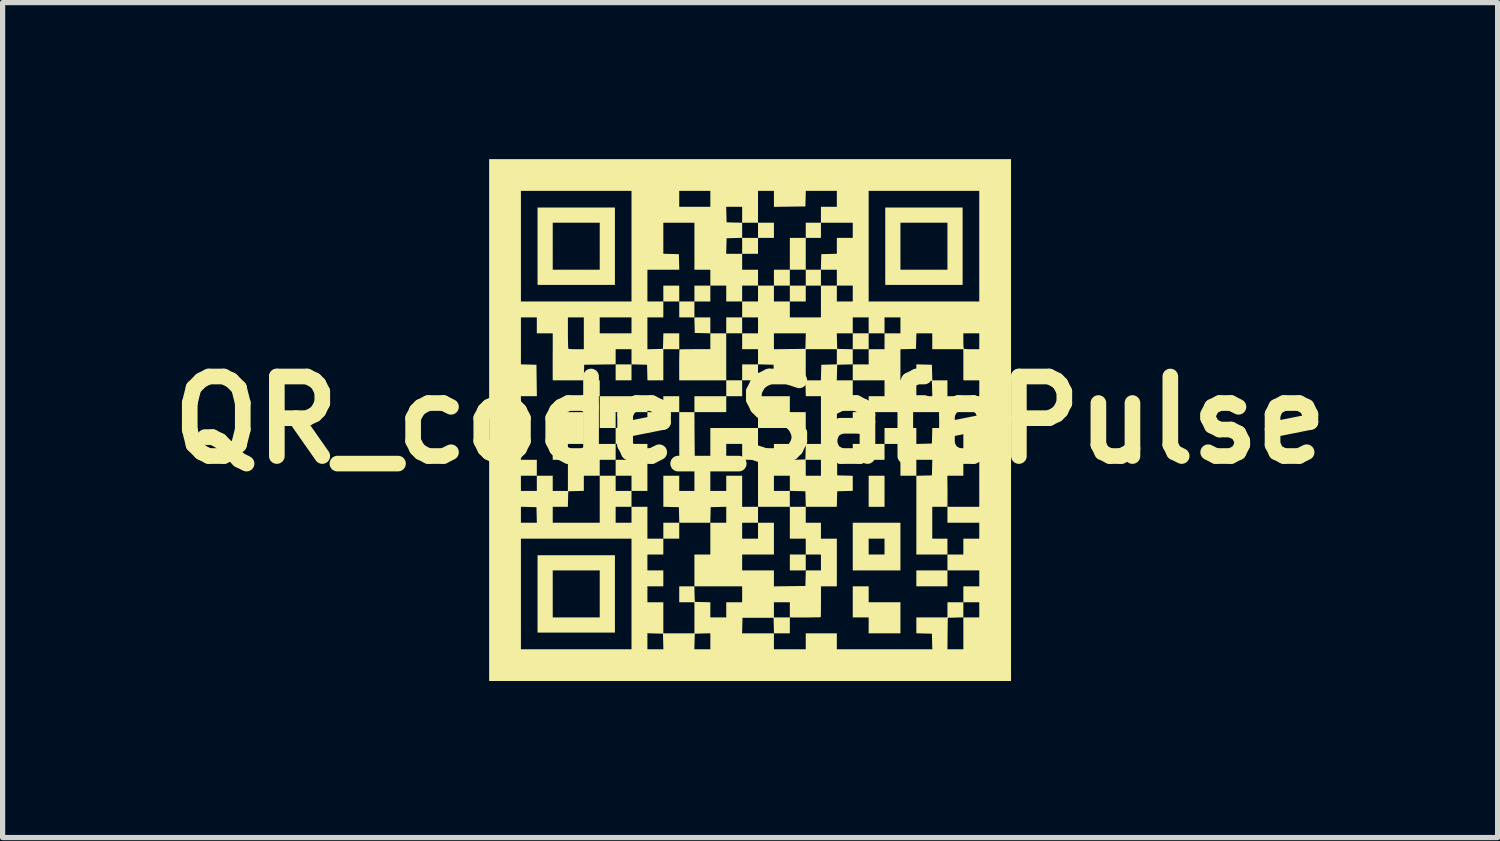
<source format=kicad_pcb>
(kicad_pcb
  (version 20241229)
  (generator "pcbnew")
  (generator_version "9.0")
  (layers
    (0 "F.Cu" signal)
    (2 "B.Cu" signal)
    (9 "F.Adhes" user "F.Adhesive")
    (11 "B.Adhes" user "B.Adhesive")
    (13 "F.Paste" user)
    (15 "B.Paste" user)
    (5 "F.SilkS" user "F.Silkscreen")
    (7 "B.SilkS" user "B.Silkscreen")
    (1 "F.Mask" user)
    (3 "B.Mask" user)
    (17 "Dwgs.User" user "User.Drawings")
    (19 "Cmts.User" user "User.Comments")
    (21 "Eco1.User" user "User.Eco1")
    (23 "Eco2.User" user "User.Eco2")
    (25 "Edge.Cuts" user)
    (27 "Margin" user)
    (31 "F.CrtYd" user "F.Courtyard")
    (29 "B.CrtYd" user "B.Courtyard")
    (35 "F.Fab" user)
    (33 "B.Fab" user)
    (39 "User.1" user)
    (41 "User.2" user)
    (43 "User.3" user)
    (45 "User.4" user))
  (footprint "QR_code_SafePulse"
    (layer "F.Cu")
    (at 11.328 5.002)
    (property "Reference" "QR_code_SafePulse" (at 0 0 0) (layer "F.SilkS") (effects (font (size 1.524 1.524) (thickness 0.3))))
    (attr through_hole)
    (fp_poly (pts (xy -2.882 -0.457) (xy -3.187 -0.457) (xy -3.187 -0.762) (xy -2.882 -0.762)) (stroke (width 0) (type solid)) (fill yes) (layer "F.SilkS"))
    (fp_poly (pts (xy -2.273 -0.762) (xy -2.577 -0.762) (xy -2.577 -1.067) (xy -2.273 -1.067)) (stroke (width 0) (type solid)) (fill yes) (layer "F.SilkS"))
    (fp_poly (pts (xy -2.273 0.457) (xy -2.577 0.457) (xy -2.577 0.152) (xy -2.273 0.152)) (stroke (width 0) (type solid)) (fill yes) (layer "F.SilkS"))
    (fp_poly (pts (xy -1.663 0.152) (xy -1.968 0.152) (xy -1.968 -0.152) (xy -1.663 -0.152)) (stroke (width 0) (type solid)) (fill yes) (layer "F.SilkS"))
    (fp_poly (pts (xy -1.358 -2.273) (xy -1.663 -2.273) (xy -1.663 -2.577) (xy -1.358 -2.577)) (stroke (width 0) (type solid)) (fill yes) (layer "F.SilkS"))
    (fp_poly (pts (xy -1.358 -0.152) (xy -1.663 -0.152) (xy -1.663 -0.457) (xy -1.358 -0.457)) (stroke (width 0) (type solid)) (fill yes) (layer "F.SilkS"))
    (fp_poly (pts (xy -1.358 2.273) (xy -1.663 2.273) (xy -1.663 1.968) (xy -1.358 1.968)) (stroke (width 0) (type solid)) (fill yes) (layer "F.SilkS"))
    (fp_poly (pts (xy -0.762 -2.273) (xy -1.067 -2.273) (xy -1.067 -2.577) (xy -0.762 -2.577)) (stroke (width 0) (type solid)) (fill yes) (layer "F.SilkS"))
    (fp_poly (pts (xy -0.457 -0.152) (xy -1.067 -0.152) (xy -1.067 -0.457) (xy -0.457 -0.457)) (stroke (width 0) (type solid)) (fill yes) (layer "F.SilkS"))
    (fp_poly (pts (xy -0.152 -1.663) (xy -0.457 -1.663) (xy -0.457 -1.968) (xy -0.152 -1.968)) (stroke (width 0) (type solid)) (fill yes) (layer "F.SilkS"))
    (fp_poly (pts (xy -0.152 -0.457) (xy -0.457 -0.457) (xy -0.457 -0.762) (xy -0.152 -0.762)) (stroke (width 0) (type solid)) (fill yes) (layer "F.SilkS"))
    (fp_poly (pts (xy 0.152 -3.187) (xy -0.152 -3.187) (xy -0.152 -3.492) (xy 0.152 -3.492)) (stroke (width 0) (type solid)) (fill yes) (layer "F.SilkS"))
    (fp_poly (pts (xy 0.152 -0.762) (xy -0.152 -0.762) (xy -0.152 -1.067) (xy 0.152 -1.067)) (stroke (width 0) (type solid)) (fill yes) (layer "F.SilkS"))
    (fp_poly (pts (xy 0.457 -3.492) (xy 0.152 -3.492) (xy 0.152 -3.783) (xy 0.457 -3.783)) (stroke (width 0) (type solid)) (fill yes) (layer "F.SilkS"))
    (fp_poly (pts (xy 1.067 2.882) (xy 0.762 2.882) (xy 0.762 2.577) (xy 1.067 2.577)) (stroke (width 0) (type solid)) (fill yes) (layer "F.SilkS"))
    (fp_poly (pts (xy 1.358 -3.492) (xy 1.067 -3.492) (xy 1.067 -3.783) (xy 1.358 -3.783)) (stroke (width 0) (type solid)) (fill yes) (layer "F.SilkS"))
    (fp_poly (pts (xy 2.273 -1.358) (xy 1.968 -1.358) (xy 1.968 -1.663) (xy 2.273 -1.663)) (stroke (width 0) (type solid)) (fill yes) (layer "F.SilkS"))
    (fp_poly (pts (xy 2.273 0.152) (xy 1.968 0.152) (xy 1.968 -0.152) (xy 2.273 -0.152)) (stroke (width 0) (type solid)) (fill yes) (layer "F.SilkS"))
    (fp_poly (pts (xy 2.577 0.762) (xy 1.968 0.762) (xy 1.968 0.457) (xy 2.577 0.457)) (stroke (width 0) (type solid)) (fill yes) (layer "F.SilkS"))
    (fp_poly (pts (xy 2.577 1.663) (xy 2.273 1.663) (xy 2.273 1.067) (xy 2.577 1.067)) (stroke (width 0) (type solid)) (fill yes) (layer "F.SilkS"))
    (fp_poly (pts (xy 3.783 3.187) (xy 3.187 3.187) (xy 3.187 2.882) (xy 3.783 2.882)) (stroke (width 0) (type solid)) (fill yes) (layer "F.SilkS"))
    (fp_poly (pts (xy -1.968 -0.152) (xy -2.577 -0.152) (xy -2.577 0.152) (xy -2.882 0.152) (xy -2.882 -0.457) (xy -1.968 -0.457)) (stroke (width 0) (type solid)) (fill yes) (layer "F.SilkS"))
    (fp_poly (pts (xy 0.762 -0.152) (xy 1.067 -0.152) (xy 1.067 0.152) (xy 0.152 0.152) (xy 0.152 -0.457) (xy 0.762 -0.457)) (stroke (width 0) (type solid)) (fill yes) (layer "F.SilkS"))
    (fp_poly (pts (xy -1.968 1.358) (xy -2.273 1.358) (xy -2.273 1.067) (xy -2.577 1.067) (xy -2.577 0.762) (xy -2.273 0.762) (xy -2.273 0.457) (xy -1.968 0.457)) (stroke (width 0) (type solid)) (fill yes) (layer "F.SilkS"))
    (fp_poly (pts (xy 0.152 0.762) (xy -0.152 0.762) (xy -0.152 0.457) (xy -0.457 0.457) (xy -0.457 0.762) (xy -0.762 0.762) (xy -0.762 0.152) (xy 0.152 0.152)) (stroke (width 0) (type solid)) (fill yes) (layer "F.SilkS"))
    (fp_poly (pts (xy 2.273 3.492) (xy 2.882 3.492) (xy 2.882 4.088) (xy 2.273 4.088) (xy 2.273 3.783) (xy 1.968 3.783) (xy 1.968 3.187) (xy 2.273 3.187)) (stroke (width 0) (type solid)) (fill yes) (layer "F.SilkS"))
    (fp_poly (pts (xy -2.591 -2.591) (xy -4.074 -2.591) (xy -4.074 -3.783) (xy -3.783 -3.783) (xy -3.783 -2.882) (xy -2.882 -2.882) (xy -2.882 -3.783) (xy -3.783 -3.783) (xy -4.074 -3.783) (xy -4.074 -4.074) (xy -2.591 -4.074)) (stroke (width 0) (type solid)) (fill yes) (layer "F.SilkS"))
    (fp_poly (pts (xy -2.591 4.074) (xy -4.074 4.074) (xy -4.074 2.882) (xy -3.783 2.882) (xy -3.783 3.783) (xy -2.882 3.783) (xy -2.882 2.882) (xy -3.783 2.882) (xy -4.074 2.882) (xy -4.074 2.591) (xy -2.591 2.591)) (stroke (width 0) (type solid)) (fill yes) (layer "F.SilkS"))
    (fp_poly (pts (xy 2.882 2.882) (xy 1.968 2.882) (xy 1.968 2.273) (xy 2.273 2.273) (xy 2.273 2.577) (xy 2.577 2.577) (xy 2.577 2.273) (xy 2.273 2.273) (xy 1.968 2.273) (xy 1.968 1.968) (xy 2.882 1.968)) (stroke (width 0) (type solid)) (fill yes) (layer "F.SilkS"))
    (fp_poly (pts (xy 4.074 -2.591) (xy 2.591 -2.591) (xy 2.591 -3.783) (xy 2.882 -3.783) (xy 2.882 -2.882) (xy 3.783 -2.882) (xy 3.783 -3.783) (xy 2.882 -3.783) (xy 2.591 -3.783) (xy 2.591 -4.074) (xy 4.074 -4.074)) (stroke (width 0) (type solid)) (fill yes) (layer "F.SilkS"))
    (fp_poly (pts (xy 1.358 -2.882) (xy 1.358 -2.577) (xy 1.067 -2.577) (xy 1.067 -2.273) (xy 0.762 -2.273) (xy 0.762 -2.577) (xy 0.457 -2.577) (xy 0.457 -2.882) (xy 0.762 -2.882) (xy 0.762 -2.577) (xy 1.067 -2.577) (xy 1.067 -2.882) (xy 0.762 -2.882) (xy 0.762 -3.492) (xy 1.067 -3.492) (xy 1.067 -2.882)) (stroke (width 0) (type solid)) (fill yes) (layer "F.SilkS"))
    (fp_poly (pts (xy -1.067 -1.968) (xy -0.762 -1.968) (xy -0.762 -1.663) (xy -0.457 -1.663) (xy -0.457 -0.762) (xy -1.358 -0.762) (xy -1.359 -0.911) (xy -1.359 -1.009) (xy -1.359 -1.102) (xy -1.358 -1.186) (xy -1.357 -1.258) (xy -1.355 -1.312) (xy -1.354 -1.345) (xy -1.352 -1.355) (xy -1.338 -1.356) (xy -1.3 -1.357) (xy -1.242 -1.358) (xy -1.169 -1.358) (xy -1.085 -1.359) (xy -1.055 -1.359) (xy -0.762 -1.359) (xy -0.762 -1.662) (xy -0.911 -1.666) (xy -1.06 -1.67) (xy -1.064 -1.819) (xy -1.068 -1.968) (xy -1.358 -1.968) (xy -1.358 -2.273) (xy -1.067 -2.273)) (stroke (width 0) (type solid)) (fill yes) (layer "F.SilkS"))
    (fp_poly (pts (xy 2.577 0.152) (xy 3.187 0.152) (xy 3.187 0.458) (xy 3.336 0.454) (xy 3.485 0.45) (xy 3.489 0.301) (xy 3.493 0.152) (xy 3.783 0.152) (xy 3.784 0.301) (xy 3.784 0.385) (xy 3.785 0.48) (xy 3.787 0.57) (xy 3.787 0.603) (xy 3.79 0.755) (xy 3.939 0.759) (xy 4.088 0.763) (xy 4.088 1.067) (xy 3.781 1.067) (xy 3.783 1.216) (xy 3.784 1.3) (xy 3.784 1.396) (xy 3.784 1.486) (xy 3.784 1.514) (xy 3.783 1.663) (xy 3.492 1.663) (xy 3.492 2.273) (xy 3.783 2.273) (xy 3.783 2.577) (xy 3.187 2.577) (xy 3.187 1.068) (xy 3.336 1.064) (xy 3.485 1.06) (xy 3.493 0.762) (xy 3.187 0.762) (xy 3.187 1.067) (xy 2.882 1.067) (xy 2.882 0.457) (xy 2.577 0.457)) (stroke (width 0) (type solid)) (fill yes) (layer "F.SilkS"))
    (fp_poly (pts (xy 5.002 5.002) (xy -5.002 5.002) (xy -5.002 2.273) (xy -4.393 2.273) (xy -4.393 4.393) (xy -2.273 4.393) (xy -1.968 4.393) (xy -1.662 4.393) (xy -1.068 4.393) (xy -0.762 4.393) (xy -0.762 4.088) (xy -0.153 4.088) (xy 0.457 4.088) (xy 0.457 4.393) (xy 1.067 4.393) (xy 1.067 4.088) (xy 1.663 4.088) (xy 1.663 4.393) (xy 3.493 4.393) (xy 3.783 4.393) (xy 4.088 4.393) (xy 4.088 3.783) (xy 4.393 3.783) (xy 4.393 3.492) (xy 4.088 3.492) (xy 4.088 3.782) (xy 3.939 3.786) (xy 3.79 3.79) (xy 3.786 4.091) (xy 3.783 4.393) (xy 3.493 4.393) (xy 3.489 4.244) (xy 3.485 4.095) (xy 3.336 4.091) (xy 3.187 4.087) (xy 3.187 3.783) (xy 3.783 3.783) (xy 3.783 3.492) (xy 4.088 3.492) (xy 4.088 3.187) (xy 4.393 3.187) (xy 4.393 2.882) (xy 3.783 2.882) (xy 3.783 2.577) (xy 4.088 2.577) (xy 4.088 2.273) (xy 4.393 2.273) (xy 4.393 1.968) (xy 3.783 1.968) (xy 3.783 1.663) (xy 4.393 1.663) (xy 4.393 0.762) (xy 4.088 0.762) (xy 4.088 0.152) (xy 4.393 0.152) (xy 4.393 -0.152) (xy 2.273 -0.152) (xy 2.273 -0.457) (xy 2.577 -0.457) (xy 2.577 -0.762) (xy 1.968 -0.762) (xy 1.968 -0.457) (xy 1.663 -0.457) (xy 1.666 0.301) (xy 1.67 1.06) (xy 1.819 1.064) (xy 1.968 1.068) (xy 1.968 1.357) (xy 1.819 1.361) (xy 1.67 1.365) (xy 1.666 1.514) (xy 1.662 1.663) (xy 1.068 1.663) (xy 1.064 1.514) (xy 1.06 1.365) (xy 0.762 1.357) (xy 0.762 1.067) (xy 0.457 1.067) (xy 0.457 1.358) (xy 0.762 1.358) (xy 0.762 1.663) (xy 1.067 1.663) (xy 1.067 1.968) (xy 1.358 1.968) (xy 1.358 2.273) (xy 1.663 2.273) (xy 1.663 3.187) (xy 1.359 3.187) (xy 1.359 3.48) (xy 1.358 3.567) (xy 1.358 3.644) (xy 1.357 3.707) (xy 1.356 3.752) (xy 1.355 3.775) (xy 1.355 3.777) (xy 1.339 3.779) (xy 1.3 3.781) (xy 1.241 3.782) (xy 1.167 3.783) (xy 1.08 3.784) (xy 0.985 3.784) (xy 0.911 3.784) (xy 0.762 3.783) (xy 0.762 4.088) (xy 0.458 4.088) (xy 0.454 3.939) (xy 0.45 3.79) (xy -0.145 3.79) (xy -0.149 3.939) (xy -0.153 4.088) (xy -0.762 4.088) (xy -0.762 4.087) (xy -0.911 4.091) (xy -1.06 4.095) (xy -1.064 4.244) (xy -1.068 4.393) (xy -1.662 4.393) (xy -1.666 4.244) (xy -1.67 4.095) (xy -1.819 4.091) (xy -1.968 4.087) (xy -1.968 4.393) (xy -2.273 4.393) (xy -2.273 2.273) (xy -4.393 2.273) (xy -5.002 2.273) (xy -5.002 1.968) (xy -4.393 1.968) (xy -4.087 1.968) (xy -4.091 1.819) (xy -4.095 1.67) (xy -4.244 1.666) (xy -4.357 1.663) (xy -3.783 1.663) (xy -3.783 1.968) (xy -2.882 1.968) (xy -2.882 1.663) (xy -2.577 1.663) (xy -2.577 1.968) (xy -2.273 1.968) (xy -2.273 1.663) (xy -2.577 1.663) (xy -2.882 1.663) (xy -2.882 1.067) (xy -3.187 1.067) (xy -3.187 1.357) (xy -3.336 1.361) (xy -3.485 1.365) (xy -3.489 1.514) (xy -3.493 1.663) (xy -3.783 1.663) (xy -4.357 1.663) (xy -4.393 1.662) (xy -4.393 1.968) (xy -5.002 1.968) (xy -5.002 1.067) (xy -4.393 1.067) (xy -4.393 1.358) (xy -4.088 1.358) (xy -4.088 1.067) (xy -4.393 1.067) (xy -5.002 1.067) (xy -5.002 -1.968) (xy -4.393 -1.968) (xy -4.393 -1.068) (xy -4.244 -1.064) (xy -4.095 -1.06) (xy -4.091 -0.759) (xy -4.087 -0.457) (xy -4.393 -0.457) (xy -4.393 0.762) (xy -4.088 0.762) (xy -4.088 1.067) (xy -3.783 1.067) (xy -3.783 1.358) (xy -3.492 1.358) (xy -3.492 0.762) (xy -3.782 0.762) (xy -3.786 0.606) (xy -3.787 0.543) (xy -3.788 0.46) (xy -3.788 0.457) (xy -3.493 0.457) (xy -3.489 0.606) (xy -3.485 0.755) (xy -3.336 0.759) (xy -3.187 0.763) (xy -3.187 0.457) (xy -3.493 0.457) (xy -3.788 0.457) (xy -3.788 0.363) (xy -3.787 0.26) (xy -3.786 0.159) (xy -3.786 0.149) (xy -3.782 -0.152) (xy -3.187 -0.152) (xy -3.187 0.457) (xy -2.577 0.457) (xy -2.577 0.762) (xy -2.882 0.762) (xy -2.882 1.067) (xy -2.577 1.067) (xy -2.577 1.358) (xy -2.273 1.358) (xy -2.273 1.663) (xy -1.968 1.663) (xy -1.968 2.273) (xy -1.663 2.273) (xy -1.663 2.577) (xy -1.968 2.577) (xy -1.968 2.882) (xy -1.663 2.882) (xy -1.663 3.187) (xy -1.968 3.187) (xy -1.968 3.492) (xy -1.663 3.492) (xy -1.663 4.088) (xy -1.067 4.088) (xy -1.067 3.492) (xy -1.358 3.492) (xy -1.358 3.187) (xy -1.068 3.187) (xy -1.064 3.336) (xy -1.06 3.485) (xy -0.911 3.489) (xy -0.762 3.493) (xy -0.762 3.783) (xy -0.457 3.783) (xy -0.457 3.492) (xy -0.152 3.492) (xy 0.457 3.492) (xy 0.457 3.783) (xy 0.762 3.783) (xy 0.762 3.492) (xy 0.457 3.492) (xy -0.152 3.492) (xy -0.152 3.187) (xy -1.067 3.187) (xy -1.067 2.577) (xy -0.762 2.577) (xy -0.152 2.577) (xy -0.152 2.882) (xy 0.457 2.882) (xy 0.457 3.188) (xy 0.759 3.184) (xy 1.06 3.18) (xy 1.064 3.031) (xy 1.068 2.882) (xy 1.358 2.882) (xy 1.358 2.577) (xy 1.067 2.577) (xy 1.067 2.273) (xy 0.762 2.273) (xy 0.762 1.663) (xy 0.152 1.663) (xy 0.152 1.968) (xy 0.457 1.968) (xy 0.457 2.577) (xy -0.152 2.577) (xy -0.762 2.577) (xy -0.762 1.968) (xy -0.457 1.968) (xy -0.152 1.968) (xy -0.152 2.273) (xy 0.152 2.273) (xy 0.152 1.968) (xy -0.152 1.968) (xy -0.457 1.968) (xy -0.457 1.662) (xy -0.606 1.666) (xy -0.755 1.67) (xy -0.759 1.819) (xy -0.763 1.968) (xy -1.357 1.968) (xy -1.361 1.819) (xy -1.365 1.67) (xy -1.514 1.666) (xy -1.663 1.662) (xy -1.663 1.067) (xy -1.358 1.067) (xy -1.358 1.358) (xy -1.067 1.358) (xy -1.067 0.762) (xy -1.358 0.762) (xy -1.358 -0.152) (xy -1.067 -0.152) (xy -1.064 0.301) (xy -1.06 0.755) (xy -0.911 0.759) (xy -0.762 0.763) (xy -0.762 1.358) (xy -0.457 1.358) (xy -0.457 1.067) (xy -0.152 1.067) (xy -0.152 1.663) (xy 0.152 1.663) (xy 0.152 0.762) (xy 0.457 0.762) (xy 0.457 0.457) (xy 0.762 0.457) (xy 0.762 0.763) (xy 0.798 0.762) (xy 1.067 0.762) (xy 1.067 1.067) (xy 1.358 1.067) (xy 1.358 0.762) (xy 1.067 0.762) (xy 0.798 0.762) (xy 1.06 0.755) (xy 1.064 0.606) (xy 1.068 0.457) (xy 1.358 0.457) (xy 1.358 -0.457) (xy 1.068 -0.457) (xy 1.064 -0.606) (xy 1.06 -0.755) (xy 0.759 -0.759) (xy 0.458 -0.763) (xy 0.454 -0.911) (xy 0.45 -1.06) (xy 0.301 -1.064) (xy 0.152 -1.068) (xy 0.152 -1.358) (xy 1.067 -1.358) (xy 1.067 -0.762) (xy 1.357 -0.762) (xy 1.361 -0.911) (xy 1.365 -1.06) (xy 1.514 -1.064) (xy 1.663 -1.068) (xy 1.663 -1.358) (xy 1.067 -1.358) (xy 0.152 -1.358) (xy -0.152 -1.358) (xy -0.152 -1.663) (xy 0.152 -1.663) (xy 0.457 -1.663) (xy 0.457 -1.358) (xy 1.06 -1.365) (xy 1.064 -1.514) (xy 1.068 -1.663) (xy 1.662 -1.663) (xy 1.666 -1.514) (xy 1.67 -1.365) (xy 1.819 -1.361) (xy 1.968 -1.357) (xy 1.968 -1.068) (xy 1.819 -1.064) (xy 1.67 -1.06) (xy 1.666 -0.911) (xy 1.662 -0.762) (xy 1.968 -0.762) (xy 1.968 -1.067) (xy 2.273 -1.067) (xy 2.273 -1.357) (xy 2.882 -1.357) (xy 2.882 -0.762) (xy 3.187 -0.762) (xy 3.187 -0.457) (xy 3.493 -0.457) (xy 3.489 -0.606) (xy 3.485 -0.755) (xy 3.336 -0.759) (xy 3.187 -0.763) (xy 3.187 -1.068) (xy 3.336 -1.064) (xy 3.485 -1.06) (xy 3.489 -0.911) (xy 3.493 -0.762) (xy 3.783 -0.762) (xy 3.783 -0.457) (xy 4.393 -0.457) (xy 4.393 -0.762) (xy 4.088 -0.762) (xy 4.088 -1.358) (xy 3.492 -1.358) (xy 3.492 -1.663) (xy 4.088 -1.663) (xy 4.088 -1.52) (xy 4.089 -1.459) (xy 4.091 -1.409) (xy 4.094 -1.377) (xy 4.097 -1.367) (xy 4.114 -1.363) (xy 4.152 -1.36) (xy 4.206 -1.358) (xy 4.25 -1.358) (xy 4.393 -1.358) (xy 4.393 -1.663) (xy 4.088 -1.663) (xy 3.492 -1.663) (xy 3.188 -1.663) (xy 3.184 -1.514) (xy 3.18 -1.365) (xy 3.031 -1.361) (xy 2.882 -1.357) (xy 2.273 -1.357) (xy 2.273 -1.358) (xy 2.577 -1.358) (xy 2.577 -1.663) (xy 2.273 -1.663) (xy 2.273 -1.968) (xy 2.577 -1.968) (xy 2.577 -1.663) (xy 2.882 -1.663) (xy 2.882 -1.968) (xy 2.577 -1.968) (xy 2.273 -1.968) (xy 1.968 -1.968) (xy 1.968 -1.663) (xy 1.662 -1.663) (xy 1.068 -1.663) (xy 0.457 -1.663) (xy 0.152 -1.663) (xy 0.152 -1.968) (xy -0.152 -1.968) (xy -0.152 -2.273) (xy -0.457 -2.273) (xy -0.457 -2.577) (xy -0.152 -2.577) (xy -0.152 -2.273) (xy 0.152 -2.273) (xy 0.152 -2.577) (xy -0.152 -2.577) (xy -0.457 -2.577) (xy -0.762 -2.577) (xy -0.762 -2.882) (xy -1.067 -2.882) (xy -1.067 -3.783) (xy -1.663 -3.783) (xy -1.663 -3.188) (xy -1.514 -3.184) (xy -1.365 -3.18) (xy -1.357 -2.882) (xy -1.968 -2.882) (xy -1.968 -2.273) (xy -1.663 -2.273) (xy -1.663 -1.968) (xy -1.968 -1.968) (xy -1.968 -1.357) (xy -1.819 -1.361) (xy -1.67 -1.365) (xy -1.666 -1.514) (xy -1.662 -1.663) (xy -1.358 -1.663) (xy -1.358 -1.358) (xy -1.663 -1.358) (xy -1.663 -0.762) (xy -1.967 -0.762) (xy -1.971 -0.911) (xy -1.975 -1.06) (xy -2.124 -1.064) (xy -2.273 -1.068) (xy -2.273 -1.358) (xy -2.577 -1.358) (xy -2.577 -1.068) (xy -2.879 -1.064) (xy -3.18 -1.06) (xy -3.184 -0.911) (xy -3.188 -0.762) (xy -3.783 -0.762) (xy -3.784 -0.911) (xy -3.784 -0.972) (xy -3.784 -1.053) (xy -3.784 -1.148) (xy -3.784 -1.25) (xy -3.783 -1.35) (xy -3.783 -1.361) (xy -3.783 -1.663) (xy -4.088 -1.663) (xy -4.088 -1.968) (xy -3.492 -1.968) (xy -3.492 -1.672) (xy -3.492 -1.584) (xy -3.49 -1.506) (xy -3.489 -1.441) (xy -3.486 -1.395) (xy -3.484 -1.37) (xy -3.483 -1.367) (xy -3.466 -1.363) (xy -3.427 -1.36) (xy -3.374 -1.358) (xy -3.33 -1.358) (xy -3.187 -1.358) (xy -3.187 -1.968) (xy -2.882 -1.968) (xy -2.882 -1.663) (xy -2.273 -1.663) (xy -2.273 -1.968) (xy -2.882 -1.968) (xy -3.187 -1.968) (xy -3.492 -1.968) (xy -4.088 -1.968) (xy -4.393 -1.968) (xy -5.002 -1.968) (xy -5.002 -4.393) (xy -4.393 -4.393) (xy -4.393 -2.273) (xy -2.273 -2.273) (xy -2.273 -4.393) (xy -1.358 -4.393) (xy -1.358 -4.088) (xy -0.762 -4.088) (xy -0.458 -4.088) (xy -0.454 -3.939) (xy -0.45 -3.79) (xy -0.301 -3.786) (xy -0.152 -3.782) (xy -0.152 -3.493) (xy -0.301 -3.489) (xy -0.45 -3.485) (xy -0.454 -3.336) (xy -0.458 -3.187) (xy -0.152 -3.187) (xy -0.152 -2.882) (xy 0.152 -2.882) (xy 0.152 -2.577) (xy 0.457 -2.577) (xy 0.457 -2.273) (xy 0.762 -2.273) (xy 0.762 -1.968) (xy 1.358 -1.968) (xy 1.358 -2.577) (xy 1.663 -2.577) (xy 1.663 -2.273) (xy 1.968 -2.273) (xy 1.968 -2.577) (xy 1.663 -2.577) (xy 1.663 -2.882) (xy 1.357 -2.882) (xy 1.365 -3.18) (xy 1.514 -3.184) (xy 1.663 -3.188) (xy 1.663 -3.492) (xy 1.968 -3.492) (xy 1.968 -3.783) (xy 1.358 -3.783) (xy 1.358 -4.088) (xy 1.663 -4.088) (xy 1.663 -4.393) (xy 2.273 -4.393) (xy 2.273 -2.273) (xy 4.393 -2.273) (xy 4.393 -4.393) (xy 2.273 -4.393) (xy 1.663 -4.393) (xy 1.068 -4.393) (xy 1.064 -4.244) (xy 1.06 -4.095) (xy 0.759 -4.091) (xy 0.457 -4.087) (xy 0.457 -4.393) (xy 0.152 -4.393) (xy 0.152 -3.783) (xy -0.152 -3.783) (xy -0.152 -4.088) (xy -0.458 -4.088) (xy -0.762 -4.088) (xy -0.762 -4.393) (xy -1.358 -4.393) (xy -2.273 -4.393) (xy -4.393 -4.393) (xy -5.002 -4.393) (xy -5.002 -5.002) (xy 5.002 -5.002)) (stroke (width 0) (type solid)) (fill yes) (layer "F.SilkS")))
  (gr_rect
    (start -3 -3)
    (end 25.657 13.005)
    (stroke (width 0.1) (type default))
    (fill no)
    (layer "Edge.Cuts")))
</source>
